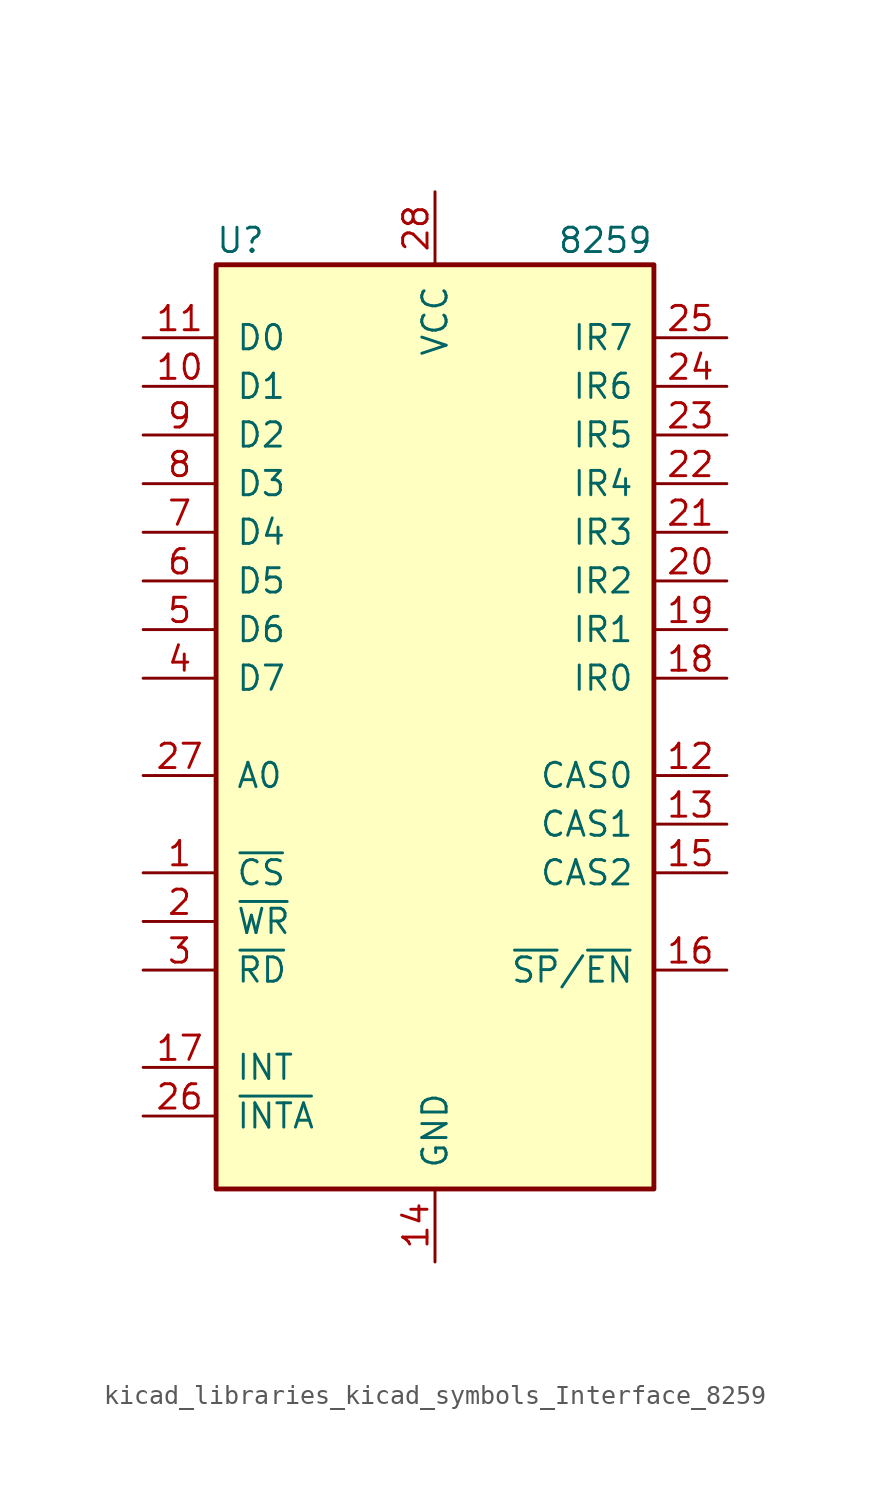
<source format=kicad_sym>
(kicad_symbol_lib
  (version 20220914)
  (generator kicad_symbol_editor)
  (symbol "kicad_libraries_kicad_symbols_Interface_8259"
    (pin_names
      (offset 1.016))
    (property "Reference" "U"
      (at -10.16 25.4 0)
      (effects (font (size 1.27 1.27))))
    (property "Value" "8259"
      (at 8.89 25.4 0)
      (effects (font (size 1.27 1.27))))
    (symbol "kicad_libraries_kicad_symbols_Interface_8259_0_1"
      (rectangle (start -11.43 24.13) (end 11.43 -24.13) (stroke (width 0.254) (type default)) (fill (type background))))
    (symbol "kicad_libraries_kicad_symbols_Interface_8259_1_1"
      (pin input line (at -15.24 -7.62 0) (length 3.81) (name "~{CS}" (effects (font (size 1.27 1.27)))) (number "1" (effects (font (size 1.27 1.27)))))
      (pin bidirectional line (at -15.24 17.78 0) (length 3.81) (name "D1" (effects (font (size 1.27 1.27)))) (number "10" (effects (font (size 1.27 1.27)))))
      (pin bidirectional line (at -15.24 20.32 0) (length 3.81) (name "D0" (effects (font (size 1.27 1.27)))) (number "11" (effects (font (size 1.27 1.27)))))
      (pin input line (at 15.24 -2.54 180) (length 3.81) (name "CAS0" (effects (font (size 1.27 1.27)))) (number "12" (effects (font (size 1.27 1.27)))))
      (pin output line (at 15.24 -5.08 180) (length 3.81) (name "CAS1" (effects (font (size 1.27 1.27)))) (number "13" (effects (font (size 1.27 1.27)))))
      (pin power_in line (at 0 -27.94 90) (length 3.81) (name "GND" (effects (font (size 1.27 1.27)))) (number "14" (effects (font (size 1.27 1.27)))))
      (pin output line (at 15.24 -7.62 180) (length 3.81) (name "CAS2" (effects (font (size 1.27 1.27)))) (number "15" (effects (font (size 1.27 1.27)))))
      (pin bidirectional line (at 15.24 -12.7 180) (length 3.81) (name "~{SP}/~{EN}" (effects (font (size 1.27 1.27)))) (number "16" (effects (font (size 1.27 1.27)))))
      (pin output line (at -15.24 -17.78 0) (length 3.81) (name "INT" (effects (font (size 1.27 1.27)))) (number "17" (effects (font (size 1.27 1.27)))))
      (pin input line (at 15.24 2.54 180) (length 3.81) (name "IR0" (effects (font (size 1.27 1.27)))) (number "18" (effects (font (size 1.27 1.27)))))
      (pin input line (at 15.24 5.08 180) (length 3.81) (name "IR1" (effects (font (size 1.27 1.27)))) (number "19" (effects (font (size 1.27 1.27)))))
      (pin input line (at -15.24 -10.16 0) (length 3.81) (name "~{WR}" (effects (font (size 1.27 1.27)))) (number "2" (effects (font (size 1.27 1.27)))))
      (pin input line (at 15.24 7.62 180) (length 3.81) (name "IR2" (effects (font (size 1.27 1.27)))) (number "20" (effects (font (size 1.27 1.27)))))
      (pin input line (at 15.24 10.16 180) (length 3.81) (name "IR3" (effects (font (size 1.27 1.27)))) (number "21" (effects (font (size 1.27 1.27)))))
      (pin input line (at 15.24 12.7 180) (length 3.81) (name "IR4" (effects (font (size 1.27 1.27)))) (number "22" (effects (font (size 1.27 1.27)))))
      (pin input line (at 15.24 15.24 180) (length 3.81) (name "IR5" (effects (font (size 1.27 1.27)))) (number "23" (effects (font (size 1.27 1.27)))))
      (pin input line (at 15.24 17.78 180) (length 3.81) (name "IR6" (effects (font (size 1.27 1.27)))) (number "24" (effects (font (size 1.27 1.27)))))
      (pin input line (at 15.24 20.32 180) (length 3.81) (name "IR7" (effects (font (size 1.27 1.27)))) (number "25" (effects (font (size 1.27 1.27)))))
      (pin input line (at -15.24 -20.32 0) (length 3.81) (name "~{INTA}" (effects (font (size 1.27 1.27)))) (number "26" (effects (font (size 1.27 1.27)))))
      (pin input line (at -15.24 -2.54 0) (length 3.81) (name "A0" (effects (font (size 1.27 1.27)))) (number "27" (effects (font (size 1.27 1.27)))))
      (pin power_in line (at 0 27.94 270) (length 3.81) (name "VCC" (effects (font (size 1.27 1.27)))) (number "28" (effects (font (size 1.27 1.27)))))
      (pin input line (at -15.24 -12.7 0) (length 3.81) (name "~{RD}" (effects (font (size 1.27 1.27)))) (number "3" (effects (font (size 1.27 1.27)))))
      (pin bidirectional line (at -15.24 2.54 0) (length 3.81) (name "D7" (effects (font (size 1.27 1.27)))) (number "4" (effects (font (size 1.27 1.27)))))
      (pin bidirectional line (at -15.24 5.08 0) (length 3.81) (name "D6" (effects (font (size 1.27 1.27)))) (number "5" (effects (font (size 1.27 1.27)))))
      (pin bidirectional line (at -15.24 7.62 0) (length 3.81) (name "D5" (effects (font (size 1.27 1.27)))) (number "6" (effects (font (size 1.27 1.27)))))
      (pin bidirectional line (at -15.24 10.16 0) (length 3.81) (name "D4" (effects (font (size 1.27 1.27)))) (number "7" (effects (font (size 1.27 1.27)))))
      (pin bidirectional line (at -15.24 12.7 0) (length 3.81) (name "D3" (effects (font (size 1.27 1.27)))) (number "8" (effects (font (size 1.27 1.27)))))
      (pin bidirectional line (at -15.24 15.24 0) (length 3.81) (name "D2" (effects (font (size 1.27 1.27)))) (number "9" (effects (font (size 1.27 1.27))))))))
</source>
